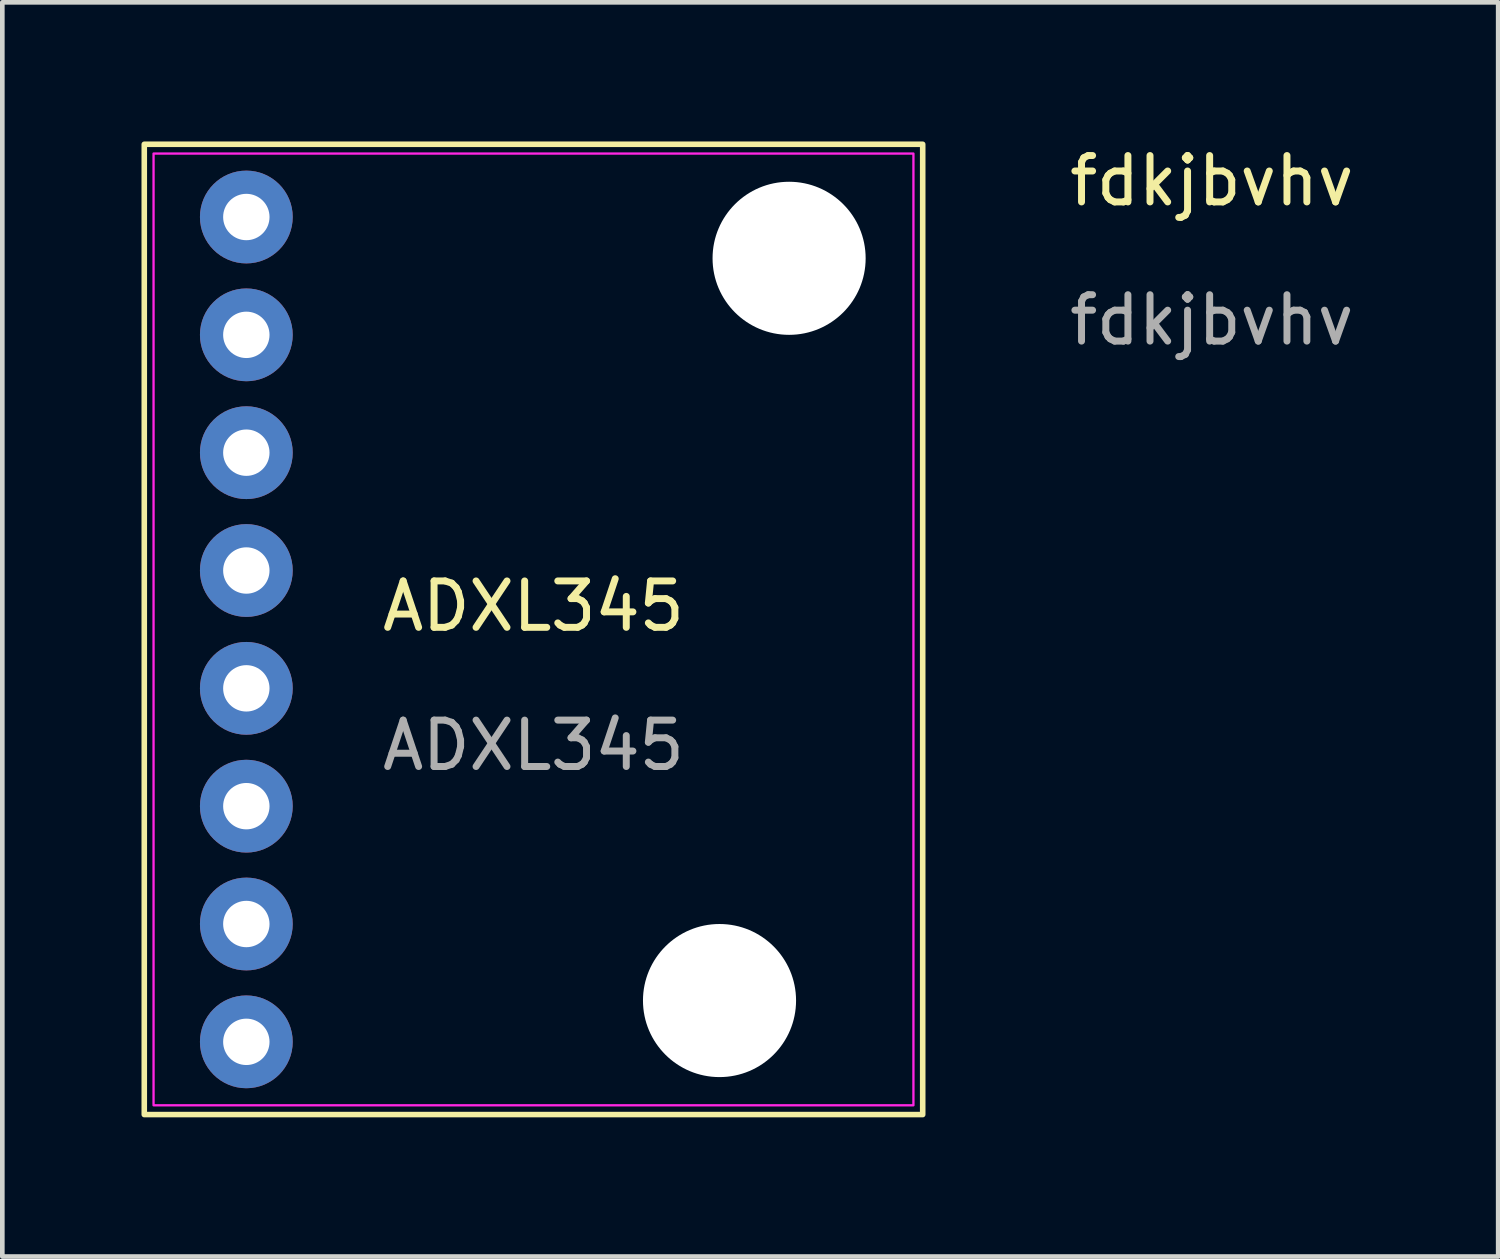
<source format=kicad_pcb>
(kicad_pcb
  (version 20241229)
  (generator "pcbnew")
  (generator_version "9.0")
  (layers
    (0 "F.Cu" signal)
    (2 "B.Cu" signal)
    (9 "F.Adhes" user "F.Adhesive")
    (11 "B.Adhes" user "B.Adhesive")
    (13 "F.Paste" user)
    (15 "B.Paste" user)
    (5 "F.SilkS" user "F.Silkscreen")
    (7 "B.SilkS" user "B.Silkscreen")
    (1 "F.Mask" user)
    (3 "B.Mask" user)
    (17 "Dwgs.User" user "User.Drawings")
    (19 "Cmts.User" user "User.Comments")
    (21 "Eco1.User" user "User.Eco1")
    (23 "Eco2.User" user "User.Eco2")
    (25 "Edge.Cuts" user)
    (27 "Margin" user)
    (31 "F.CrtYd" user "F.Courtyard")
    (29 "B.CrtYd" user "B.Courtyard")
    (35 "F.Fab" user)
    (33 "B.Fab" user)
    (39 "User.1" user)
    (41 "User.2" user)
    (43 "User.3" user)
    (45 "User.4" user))
  (footprint "ADXL345"
    (layer "F.Cu")
    (at 0.26 10.518)
    (property "Reference" "ADXL345" (at 8.19 -0.5 0) (unlocked yes) (layer "F.SilkS") (effects (font (size 1 1) (thickness 0.15))))
    (attr through_hole)
    (fp_rect (start -0.2 -10.458) (end 16.58 10.458) (stroke (width 0.12) (type default)) (fill no) (layer "F.SilkS"))
    (fp_rect (start 0 -10.258) (end 16.38 10.258) (stroke (width 0.05) (type default)) (fill no) (layer "F.CrtYd"))
    (fp_text user "${REFERENCE}" (at 8.19 2.5 0) (unlocked yes) (layer "F.Fab") (effects (font (size 1 1) (thickness 0.15))))
    (pad "" np_thru_hole circle (at 12.2 8) (size 3.3 3.3) (drill 3.3) (layers "*.Cu" "*.Mask"))
    (pad "" np_thru_hole circle (at 13.7 -8) (size 3.3 3.3) (drill 3.3) (layers "*.Cu" "*.Mask"))
    (pad "1" thru_hole circle (at 2 -8.89) (size 2 2) (drill 1) (layers "*.Cu" "*.Mask"))
    (pad "2" thru_hole circle (at 2 -6.35) (size 2 2) (drill 1) (layers "*.Cu" "*.Mask"))
    (pad "3" thru_hole circle (at 2 -3.81) (size 2 2) (drill 1) (layers "*.Cu" "*.Mask"))
    (pad "4" thru_hole circle (at 2 -1.27) (size 2 2) (drill 1) (layers "*.Cu" "*.Mask"))
    (pad "5" thru_hole circle (at 2 1.27) (size 2 2) (drill 1) (layers "*.Cu" "*.Mask"))
    (pad "6" thru_hole circle (at 2 3.81) (size 2 2) (drill 1) (layers "*.Cu" "*.Mask"))
    (pad "7" thru_hole circle (at 2 6.35) (size 2 2) (drill 1) (layers "*.Cu" "*.Mask"))
    (pad "8" thru_hole circle (at 2 8.89) (size 2 2) (drill 1) (layers "*.Cu" "*.Mask")))
  (footprint "fdkjbvhv"
    (layer "F.Cu")
    (at 23.073 1.348)
    (property "Reference" "fdkjbvhv" (at 0 -0.5 0) (unlocked yes) (layer "F.SilkS") (effects (font (size 1 1) (thickness 0.15))))
    (attr through_hole)
    (fp_text user "${REFERENCE}" (at 0 2.5 0) (unlocked yes) (layer "F.Fab") (effects (font (size 1 1) (thickness 0.15)))))
  (gr_rect
    (start -3 -3)
    (end 29.245 24.036)
    (stroke (width 0.1) (type default))
    (fill no)
    (layer "Edge.Cuts")))
</source>
